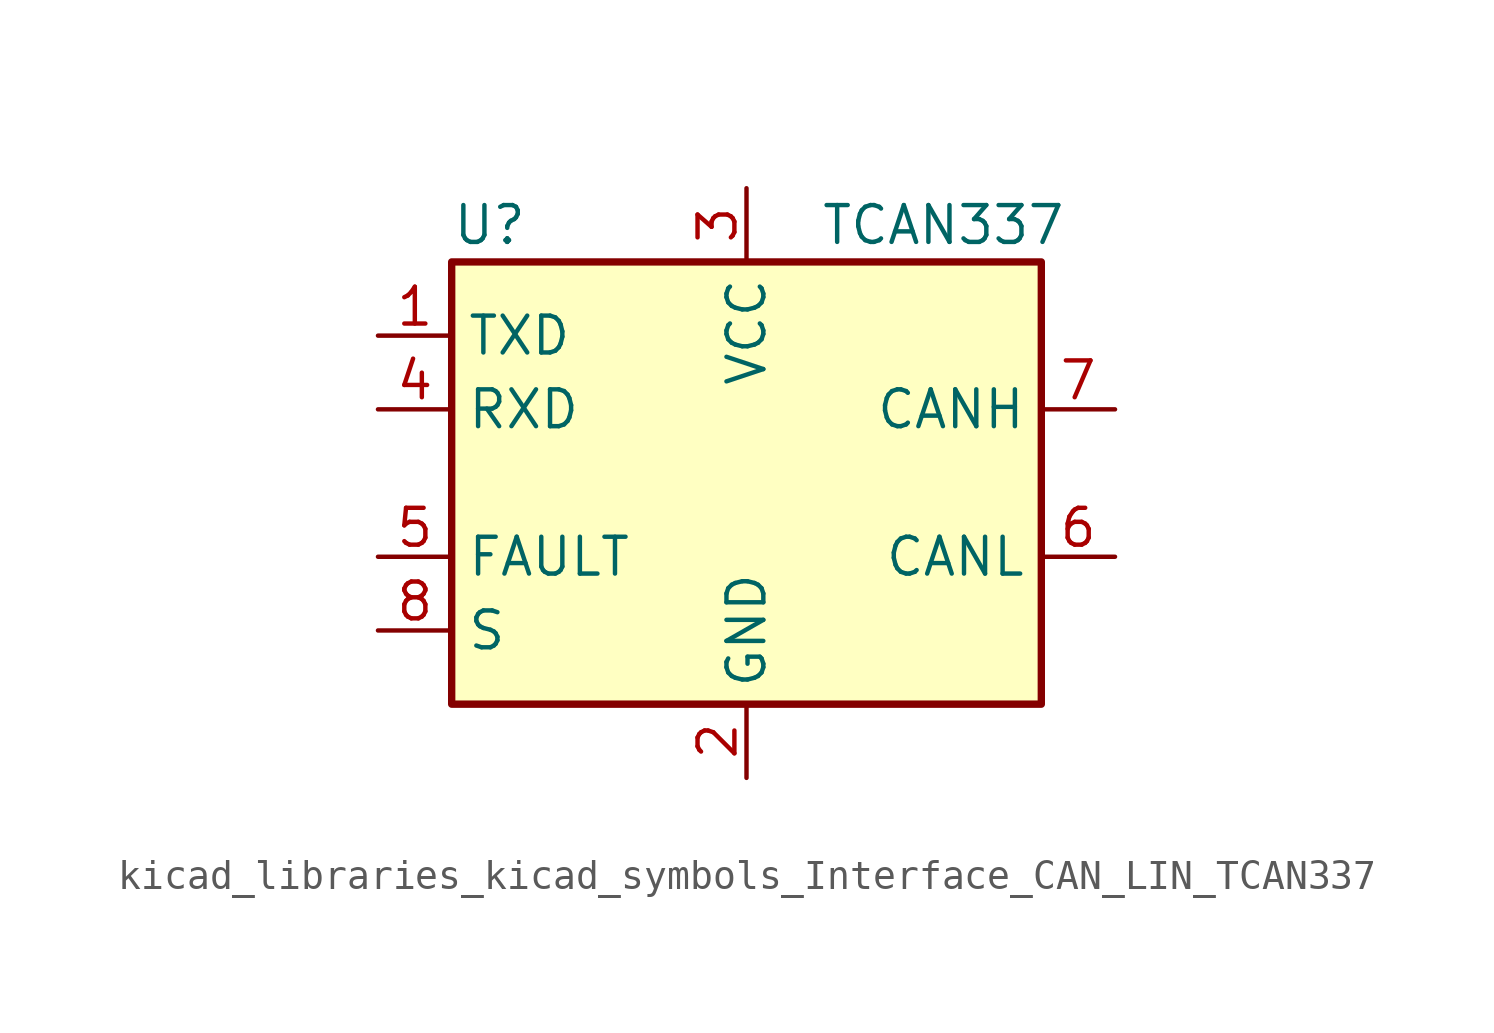
<source format=kicad_sym>
(kicad_symbol_lib
  (version 20220914)
  (generator kicad_symbol_editor)
  (symbol "kicad_libraries_kicad_symbols_Interface_CAN_LIN_TCAN337"
    (property "Reference" "U"
      (at -10.16 8.89 0)
      (effects (font (size 1.27 1.27)) (justify left)))
    (property "Value" "TCAN337"
      (at 2.54 8.89 0)
      (effects (font (size 1.27 1.27)) (justify left)))
    (symbol "kicad_libraries_kicad_symbols_Interface_CAN_LIN_TCAN337_0_1"
      (rectangle (start -10.16 7.62) (end 10.16 -7.62) (stroke (width 0.254) (type default)) (fill (type background))))
    (symbol "kicad_libraries_kicad_symbols_Interface_CAN_LIN_TCAN337_1_1"
      (pin input line (at -12.7 5.08 0) (length 2.54) (name "TXD" (effects (font (size 1.27 1.27)))) (number "1" (effects (font (size 1.27 1.27)))))
      (pin power_in line (at 0 -10.16 90) (length 2.54) (name "GND" (effects (font (size 1.27 1.27)))) (number "2" (effects (font (size 1.27 1.27)))))
      (pin power_in line (at 0 10.16 270) (length 2.54) (name "VCC" (effects (font (size 1.27 1.27)))) (number "3" (effects (font (size 1.27 1.27)))))
      (pin tri_state line (at -12.7 2.54 0) (length 2.54) (name "RXD" (effects (font (size 1.27 1.27)))) (number "4" (effects (font (size 1.27 1.27)))))
      (pin open_collector line (at -12.7 -2.54 0) (length 2.54) (name "FAULT" (effects (font (size 1.27 1.27)))) (number "5" (effects (font (size 1.27 1.27)))))
      (pin bidirectional line (at 12.7 -2.54 180) (length 2.54) (name "CANL" (effects (font (size 1.27 1.27)))) (number "6" (effects (font (size 1.27 1.27)))))
      (pin bidirectional line (at 12.7 2.54 180) (length 2.54) (name "CANH" (effects (font (size 1.27 1.27)))) (number "7" (effects (font (size 1.27 1.27)))))
      (pin input line (at -12.7 -5.08 0) (length 2.54) (name "S" (effects (font (size 1.27 1.27)))) (number "8" (effects (font (size 1.27 1.27))))))))
</source>
